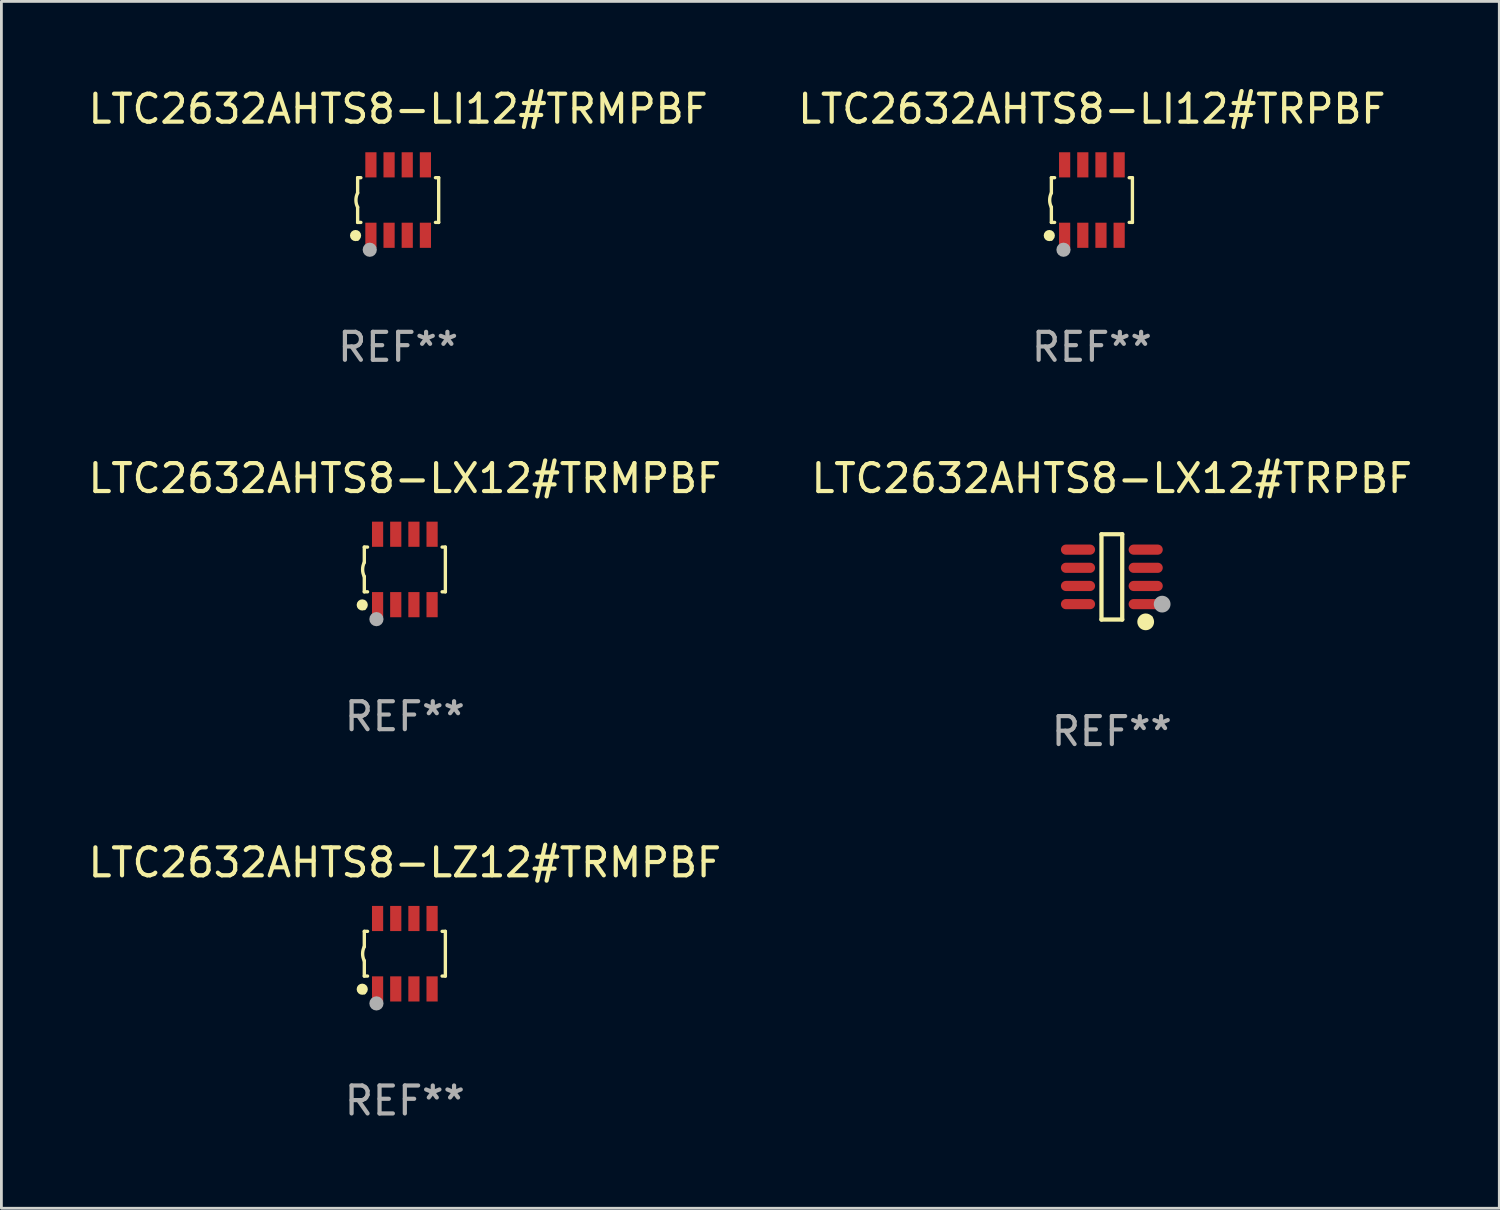
<source format=kicad_pcb>
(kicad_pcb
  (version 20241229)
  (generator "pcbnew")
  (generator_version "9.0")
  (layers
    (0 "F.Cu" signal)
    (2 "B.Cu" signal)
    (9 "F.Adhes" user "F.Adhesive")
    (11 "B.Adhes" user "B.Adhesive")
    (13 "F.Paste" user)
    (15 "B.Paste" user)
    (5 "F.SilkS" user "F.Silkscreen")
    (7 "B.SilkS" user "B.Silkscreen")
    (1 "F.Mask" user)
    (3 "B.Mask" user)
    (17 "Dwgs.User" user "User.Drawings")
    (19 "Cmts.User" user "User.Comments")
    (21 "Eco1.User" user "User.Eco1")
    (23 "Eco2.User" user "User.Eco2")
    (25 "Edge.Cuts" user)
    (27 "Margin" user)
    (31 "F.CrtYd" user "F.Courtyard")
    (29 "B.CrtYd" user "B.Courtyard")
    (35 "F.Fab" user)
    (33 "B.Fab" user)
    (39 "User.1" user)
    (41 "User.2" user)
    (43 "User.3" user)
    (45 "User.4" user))
  (footprint "LTC2632AHTS8-LX12#TRPBF"
    (layer "F.Cu")
    (at 36.732 17.591)
    (property "Reference" "LTC2632AHTS8-LX12#TRPBF" (at 0 -3.526 0) (layer "F.SilkS") (effects (font (size 1 1) (thickness 0.15))))
    (attr through_hole)
    (fp_line (start -0.371 -1.526) (end 0.371 -1.526) (stroke (width 0.152) (type solid)) (layer "F.SilkS"))
    (fp_line (start -0.371 1.526) (end -0.371 -1.526) (stroke (width 0.152) (type solid)) (layer "F.SilkS"))
    (fp_line (start 0.371 -1.526) (end 0.371 1.526) (stroke (width 0.152) (type solid)) (layer "F.SilkS"))
    (fp_line (start 0.371 1.526) (end -0.371 1.526) (stroke (width 0.152) (type solid)) (layer "F.SilkS"))
    (fp_circle (center 1.211 1.609) (end 1.361 1.609) (stroke (width 0.3) (type solid)) (fill no) (layer "F.SilkS"))
    (fp_circle (center 1.4 1.45) (end 1.43 1.45) (stroke (width 0.06) (type solid)) (fill no) (layer "F.SilkS"))
    (fp_circle (center 1.8 0.975) (end 1.95 0.975) (stroke (width 0.3) (type solid)) (fill no) (layer "F.Fab"))
    (fp_text user "REF**" (at 0 5.526 0) (layer "F.Fab") (effects (font (size 1 1) (thickness 0.15))))
    (pad "1" smd oval (at 1.211 0.975) (size 1.222 0.364) (layers "F.Cu" "F.Mask" "F.Paste"))
    (pad "2" smd oval (at 1.211 0.325) (size 1.222 0.364) (layers "F.Cu" "F.Mask" "F.Paste"))
    (pad "3" smd oval (at 1.211 -0.325) (size 1.222 0.364) (layers "F.Cu" "F.Mask" "F.Paste"))
    (pad "4" smd oval (at 1.211 -0.975) (size 1.222 0.364) (layers "F.Cu" "F.Mask" "F.Paste"))
    (pad "5" smd oval (at -1.211 -0.975) (size 1.222 0.364) (layers "F.Cu" "F.Mask" "F.Paste"))
    (pad "6" smd oval (at -1.211 -0.325) (size 1.222 0.364) (layers "F.Cu" "F.Mask" "F.Paste"))
    (pad "7" smd oval (at -1.211 0.325) (size 1.222 0.364) (layers "F.Cu" "F.Mask" "F.Paste"))
    (pad "8" smd oval (at -1.211 0.975) (size 1.222 0.364) (layers "F.Cu" "F.Mask" "F.Paste")))
  (footprint "LTC2632AHTS8-LI12#TRPBF"
    (layer "F.Cu")
    (at 36.018 4.108)
    (property "Reference" "LTC2632AHTS8-LI12#TRPBF" (at 0 -3.26 0) (layer "F.SilkS") (effects (font (size 1 1) (thickness 0.15))))
    (attr through_hole)
    (fp_line (start -1.45 -0.8) (end -1.45 -0.254) (stroke (width 0.12) (type solid)) (layer "F.SilkS"))
    (fp_line (start -1.45 -0.8) (end -1.334 -0.8) (stroke (width 0.12) (type solid)) (layer "F.SilkS"))
    (fp_line (start -1.45 0.8) (end -1.45 0.254) (stroke (width 0.12) (type solid)) (layer "F.SilkS"))
    (fp_line (start -1.45 0.8) (end -1.334 0.8) (stroke (width 0.12) (type solid)) (layer "F.SilkS"))
    (fp_line (start 1.334 -0.8) (end 1.45 -0.8) (stroke (width 0.12) (type solid)) (layer "F.SilkS"))
    (fp_line (start 1.334 0.8) (end 1.45 0.8) (stroke (width 0.12) (type solid)) (layer "F.SilkS"))
    (fp_line (start 1.45 0.8) (end 1.45 -0.8) (stroke (width 0.12) (type solid)) (layer "F.SilkS"))
    (fp_arc (start -1.45075 0.255144) (mid -1.510605 0.000434) (end -1.450013 -0.254102) (stroke (width 0.11999) (type solid)) (layer "F.SilkS"))
    (fp_circle (center -1.524 1.27) (end -1.424 1.27) (stroke (width 0.2) (type solid)) (fill no) (layer "F.SilkS"))
    (fp_circle (center -1.45 1.4) (end -1.42 1.4) (stroke (width 0.06) (type solid)) (fill no) (layer "F.SilkS"))
    (fp_circle (center -1.016 1.778) (end -0.889 1.778) (stroke (width 0.254) (type solid)) (fill no) (layer "F.Fab"))
    (fp_text user "REF**" (at 0 5.26 0) (layer "F.Fab") (effects (font (size 1 1) (thickness 0.15))))
    (pad "1" smd rect (at -0.975 1.26) (size 0.4 0.9) (layers "F.Cu" "F.Mask" "F.Paste"))
    (pad "2" smd rect (at -0.325 1.26) (size 0.4 0.9) (layers "F.Cu" "F.Mask" "F.Paste"))
    (pad "3" smd rect (at 0.325 1.26) (size 0.4 0.9) (layers "F.Cu" "F.Mask" "F.Paste"))
    (pad "4" smd rect (at 0.975 1.26) (size 0.4 0.9) (layers "F.Cu" "F.Mask" "F.Paste"))
    (pad "5" smd rect (at 0.975 -1.26) (size 0.4 0.9) (layers "F.Cu" "F.Mask" "F.Paste"))
    (pad "6" smd rect (at 0.325 -1.26) (size 0.4 0.9) (layers "F.Cu" "F.Mask" "F.Paste"))
    (pad "7" smd rect (at -0.325 -1.26) (size 0.4 0.9) (layers "F.Cu" "F.Mask" "F.Paste"))
    (pad "8" smd rect (at -0.975 -1.26) (size 0.4 0.9) (layers "F.Cu" "F.Mask" "F.Paste")))
  (footprint "LTC2632AHTS8-LZ12#TRMPBF"
    (layer "F.Cu")
    (at 11.435 31.074)
    (property "Reference" "LTC2632AHTS8-LZ12#TRMPBF" (at 0 -3.26 0) (layer "F.SilkS") (effects (font (size 1 1) (thickness 0.15))))
    (attr through_hole)
    (fp_line (start -1.45 -0.8) (end -1.45 -0.254) (stroke (width 0.12) (type solid)) (layer "F.SilkS"))
    (fp_line (start -1.45 -0.8) (end -1.334 -0.8) (stroke (width 0.12) (type solid)) (layer "F.SilkS"))
    (fp_line (start -1.45 0.8) (end -1.45 0.254) (stroke (width 0.12) (type solid)) (layer "F.SilkS"))
    (fp_line (start -1.45 0.8) (end -1.334 0.8) (stroke (width 0.12) (type solid)) (layer "F.SilkS"))
    (fp_line (start 1.334 -0.8) (end 1.45 -0.8) (stroke (width 0.12) (type solid)) (layer "F.SilkS"))
    (fp_line (start 1.334 0.8) (end 1.45 0.8) (stroke (width 0.12) (type solid)) (layer "F.SilkS"))
    (fp_line (start 1.45 0.8) (end 1.45 -0.8) (stroke (width 0.12) (type solid)) (layer "F.SilkS"))
    (fp_arc (start -1.45075 0.255144) (mid -1.510605 0.000434) (end -1.450013 -0.254102) (stroke (width 0.11999) (type solid)) (layer "F.SilkS"))
    (fp_circle (center -1.524 1.27) (end -1.424 1.27) (stroke (width 0.2) (type solid)) (fill no) (layer "F.SilkS"))
    (fp_circle (center -1.45 1.4) (end -1.42 1.4) (stroke (width 0.06) (type solid)) (fill no) (layer "F.SilkS"))
    (fp_circle (center -1.016 1.778) (end -0.889 1.778) (stroke (width 0.254) (type solid)) (fill no) (layer "F.Fab"))
    (fp_text user "REF**" (at 0 5.26 0) (layer "F.Fab") (effects (font (size 1 1) (thickness 0.15))))
    (pad "1" smd rect (at -0.975 1.26) (size 0.4 0.9) (layers "F.Cu" "F.Mask" "F.Paste"))
    (pad "2" smd rect (at -0.325 1.26) (size 0.4 0.9) (layers "F.Cu" "F.Mask" "F.Paste"))
    (pad "3" smd rect (at 0.325 1.26) (size 0.4 0.9) (layers "F.Cu" "F.Mask" "F.Paste"))
    (pad "4" smd rect (at 0.975 1.26) (size 0.4 0.9) (layers "F.Cu" "F.Mask" "F.Paste"))
    (pad "5" smd rect (at 0.975 -1.26) (size 0.4 0.9) (layers "F.Cu" "F.Mask" "F.Paste"))
    (pad "6" smd rect (at 0.325 -1.26) (size 0.4 0.9) (layers "F.Cu" "F.Mask" "F.Paste"))
    (pad "7" smd rect (at -0.325 -1.26) (size 0.4 0.9) (layers "F.Cu" "F.Mask" "F.Paste"))
    (pad "8" smd rect (at -0.975 -1.26) (size 0.4 0.9) (layers "F.Cu" "F.Mask" "F.Paste")))
  (footprint "LTC2632AHTS8-LX12#TRMPBF"
    (layer "F.Cu")
    (at 11.435 17.325)
    (property "Reference" "LTC2632AHTS8-LX12#TRMPBF" (at 0 -3.26 0) (layer "F.SilkS") (effects (font (size 1 1) (thickness 0.15))))
    (attr through_hole)
    (fp_line (start -1.45 -0.8) (end -1.45 -0.254) (stroke (width 0.12) (type solid)) (layer "F.SilkS"))
    (fp_line (start -1.45 -0.8) (end -1.334 -0.8) (stroke (width 0.12) (type solid)) (layer "F.SilkS"))
    (fp_line (start -1.45 0.8) (end -1.45 0.254) (stroke (width 0.12) (type solid)) (layer "F.SilkS"))
    (fp_line (start -1.45 0.8) (end -1.334 0.8) (stroke (width 0.12) (type solid)) (layer "F.SilkS"))
    (fp_line (start 1.334 -0.8) (end 1.45 -0.8) (stroke (width 0.12) (type solid)) (layer "F.SilkS"))
    (fp_line (start 1.334 0.8) (end 1.45 0.8) (stroke (width 0.12) (type solid)) (layer "F.SilkS"))
    (fp_line (start 1.45 0.8) (end 1.45 -0.8) (stroke (width 0.12) (type solid)) (layer "F.SilkS"))
    (fp_arc (start -1.45075 0.255144) (mid -1.510605 0.000434) (end -1.450013 -0.254102) (stroke (width 0.11999) (type solid)) (layer "F.SilkS"))
    (fp_circle (center -1.524 1.27) (end -1.424 1.27) (stroke (width 0.2) (type solid)) (fill no) (layer "F.SilkS"))
    (fp_circle (center -1.45 1.4) (end -1.42 1.4) (stroke (width 0.06) (type solid)) (fill no) (layer "F.SilkS"))
    (fp_circle (center -1.016 1.778) (end -0.889 1.778) (stroke (width 0.254) (type solid)) (fill no) (layer "F.Fab"))
    (fp_text user "REF**" (at 0 5.26 0) (layer "F.Fab") (effects (font (size 1 1) (thickness 0.15))))
    (pad "1" smd rect (at -0.975 1.26) (size 0.4 0.9) (layers "F.Cu" "F.Mask" "F.Paste"))
    (pad "2" smd rect (at -0.325 1.26) (size 0.4 0.9) (layers "F.Cu" "F.Mask" "F.Paste"))
    (pad "3" smd rect (at 0.325 1.26) (size 0.4 0.9) (layers "F.Cu" "F.Mask" "F.Paste"))
    (pad "4" smd rect (at 0.975 1.26) (size 0.4 0.9) (layers "F.Cu" "F.Mask" "F.Paste"))
    (pad "5" smd rect (at 0.975 -1.26) (size 0.4 0.9) (layers "F.Cu" "F.Mask" "F.Paste"))
    (pad "6" smd rect (at 0.325 -1.26) (size 0.4 0.9) (layers "F.Cu" "F.Mask" "F.Paste"))
    (pad "7" smd rect (at -0.325 -1.26) (size 0.4 0.9) (layers "F.Cu" "F.Mask" "F.Paste"))
    (pad "8" smd rect (at -0.975 -1.26) (size 0.4 0.9) (layers "F.Cu" "F.Mask" "F.Paste")))
  (footprint "LTC2632AHTS8-LI12#TRMPBF"
    (layer "F.Cu")
    (at 11.196 4.108)
    (property "Reference" "LTC2632AHTS8-LI12#TRMPBF" (at 0 -3.26 0) (layer "F.SilkS") (effects (font (size 1 1) (thickness 0.15))))
    (attr through_hole)
    (fp_line (start -1.45 -0.8) (end -1.45 -0.254) (stroke (width 0.12) (type solid)) (layer "F.SilkS"))
    (fp_line (start -1.45 -0.8) (end -1.334 -0.8) (stroke (width 0.12) (type solid)) (layer "F.SilkS"))
    (fp_line (start -1.45 0.8) (end -1.45 0.254) (stroke (width 0.12) (type solid)) (layer "F.SilkS"))
    (fp_line (start -1.45 0.8) (end -1.334 0.8) (stroke (width 0.12) (type solid)) (layer "F.SilkS"))
    (fp_line (start 1.334 -0.8) (end 1.45 -0.8) (stroke (width 0.12) (type solid)) (layer "F.SilkS"))
    (fp_line (start 1.334 0.8) (end 1.45 0.8) (stroke (width 0.12) (type solid)) (layer "F.SilkS"))
    (fp_line (start 1.45 0.8) (end 1.45 -0.8) (stroke (width 0.12) (type solid)) (layer "F.SilkS"))
    (fp_arc (start -1.45075 0.255144) (mid -1.510605 0.000434) (end -1.450013 -0.254102) (stroke (width 0.11999) (type solid)) (layer "F.SilkS"))
    (fp_circle (center -1.524 1.27) (end -1.424 1.27) (stroke (width 0.2) (type solid)) (fill no) (layer "F.SilkS"))
    (fp_circle (center -1.45 1.4) (end -1.42 1.4) (stroke (width 0.06) (type solid)) (fill no) (layer "F.SilkS"))
    (fp_circle (center -1.016 1.778) (end -0.889 1.778) (stroke (width 0.254) (type solid)) (fill no) (layer "F.Fab"))
    (fp_text user "REF**" (at 0 5.26 0) (layer "F.Fab") (effects (font (size 1 1) (thickness 0.15))))
    (pad "1" smd rect (at -0.975 1.26) (size 0.4 0.9) (layers "F.Cu" "F.Mask" "F.Paste"))
    (pad "2" smd rect (at -0.325 1.26) (size 0.4 0.9) (layers "F.Cu" "F.Mask" "F.Paste"))
    (pad "3" smd rect (at 0.325 1.26) (size 0.4 0.9) (layers "F.Cu" "F.Mask" "F.Paste"))
    (pad "4" smd rect (at 0.975 1.26) (size 0.4 0.9) (layers "F.Cu" "F.Mask" "F.Paste"))
    (pad "5" smd rect (at 0.975 -1.26) (size 0.4 0.9) (layers "F.Cu" "F.Mask" "F.Paste"))
    (pad "6" smd rect (at 0.325 -1.26) (size 0.4 0.9) (layers "F.Cu" "F.Mask" "F.Paste"))
    (pad "7" smd rect (at -0.325 -1.26) (size 0.4 0.9) (layers "F.Cu" "F.Mask" "F.Paste"))
    (pad "8" smd rect (at -0.975 -1.26) (size 0.4 0.9) (layers "F.Cu" "F.Mask" "F.Paste")))
  (gr_rect
    (start -3 -3)
    (end 50.595 40.182)
    (stroke (width 0.1) (type default))
    (fill no)
    (layer "Edge.Cuts")))
</source>
